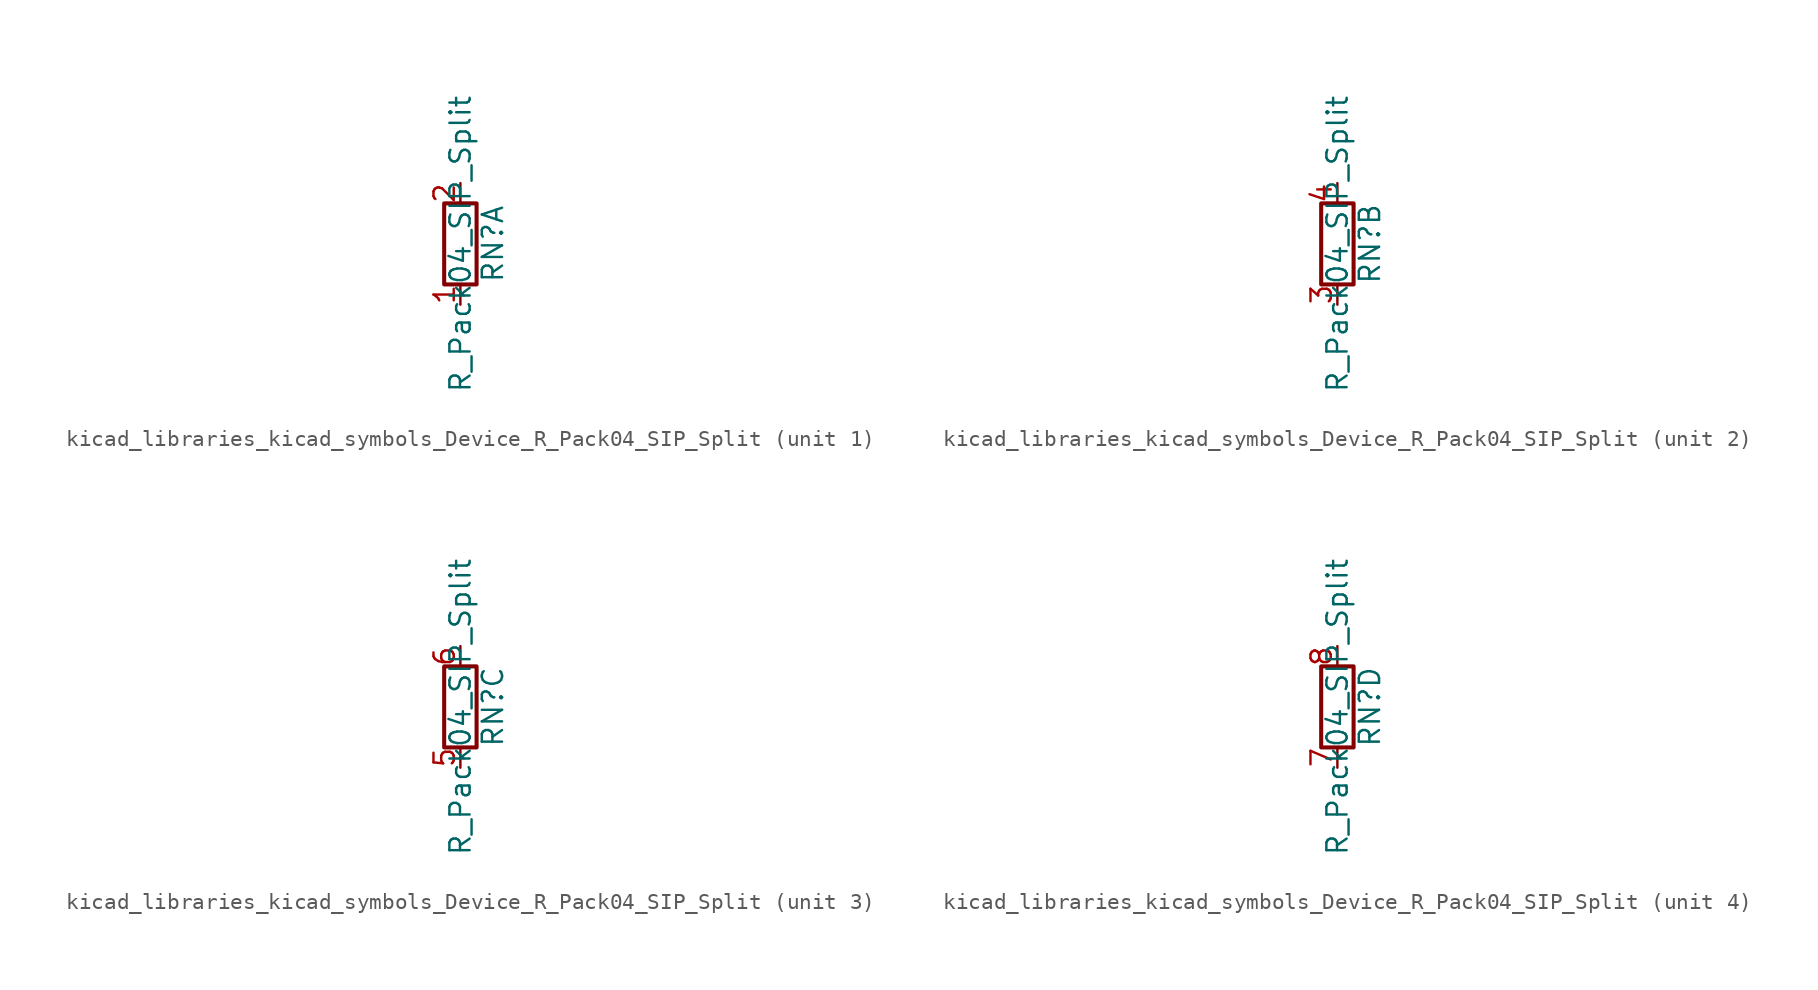
<source format=kicad_sym>
(kicad_symbol_lib
  (version 20220914)
  (generator kicad_symbol_editor)
  (symbol "kicad_libraries_kicad_symbols_Device_R_Pack04_SIP_Split"
    (pin_names
      (offset 0) hide)
    (property "Reference" "RN"
      (at 2.032 0 90)
      (effects (font (size 1.27 1.27))))
    (property "Value" "R_Pack04_SIP_Split"
      (at 0 0 90)
      (effects (font (size 1.27 1.27))))
    (symbol "kicad_libraries_kicad_symbols_Device_R_Pack04_SIP_Split_0_1"
      (rectangle (start 1.016 2.54) (end -1.016 -2.54) (stroke (width 0.254) (type default)) (fill (type none))))
    (symbol "kicad_libraries_kicad_symbols_Device_R_Pack04_SIP_Split_1_1"
      (pin passive line (at 0 -3.81 90) (length 1.27) (name "R1.1" (effects (font (size 1.27 1.27)))) (number "1" (effects (font (size 1.27 1.27)))))
      (pin passive line (at 0 3.81 270) (length 1.27) (name "R1.2" (effects (font (size 1.27 1.27)))) (number "2" (effects (font (size 1.27 1.27))))))
    (symbol "kicad_libraries_kicad_symbols_Device_R_Pack04_SIP_Split_2_1"
      (pin passive line (at 0 -3.81 90) (length 1.27) (name "R2.1" (effects (font (size 1.27 1.27)))) (number "3" (effects (font (size 1.27 1.27)))))
      (pin passive line (at 0 3.81 270) (length 1.27) (name "R2.2" (effects (font (size 1.27 1.27)))) (number "4" (effects (font (size 1.27 1.27))))))
    (symbol "kicad_libraries_kicad_symbols_Device_R_Pack04_SIP_Split_3_1"
      (pin passive line (at 0 -3.81 90) (length 1.27) (name "R3.1" (effects (font (size 1.27 1.27)))) (number "5" (effects (font (size 1.27 1.27)))))
      (pin passive line (at 0 3.81 270) (length 1.27) (name "R3.2" (effects (font (size 1.27 1.27)))) (number "6" (effects (font (size 1.27 1.27))))))
    (symbol "kicad_libraries_kicad_symbols_Device_R_Pack04_SIP_Split_4_1"
      (pin passive line (at 0 -3.81 90) (length 1.27) (name "R4.1" (effects (font (size 1.27 1.27)))) (number "7" (effects (font (size 1.27 1.27)))))
      (pin passive line (at 0 3.81 270) (length 1.27) (name "R4.2" (effects (font (size 1.27 1.27)))) (number "8" (effects (font (size 1.27 1.27))))))))
</source>
